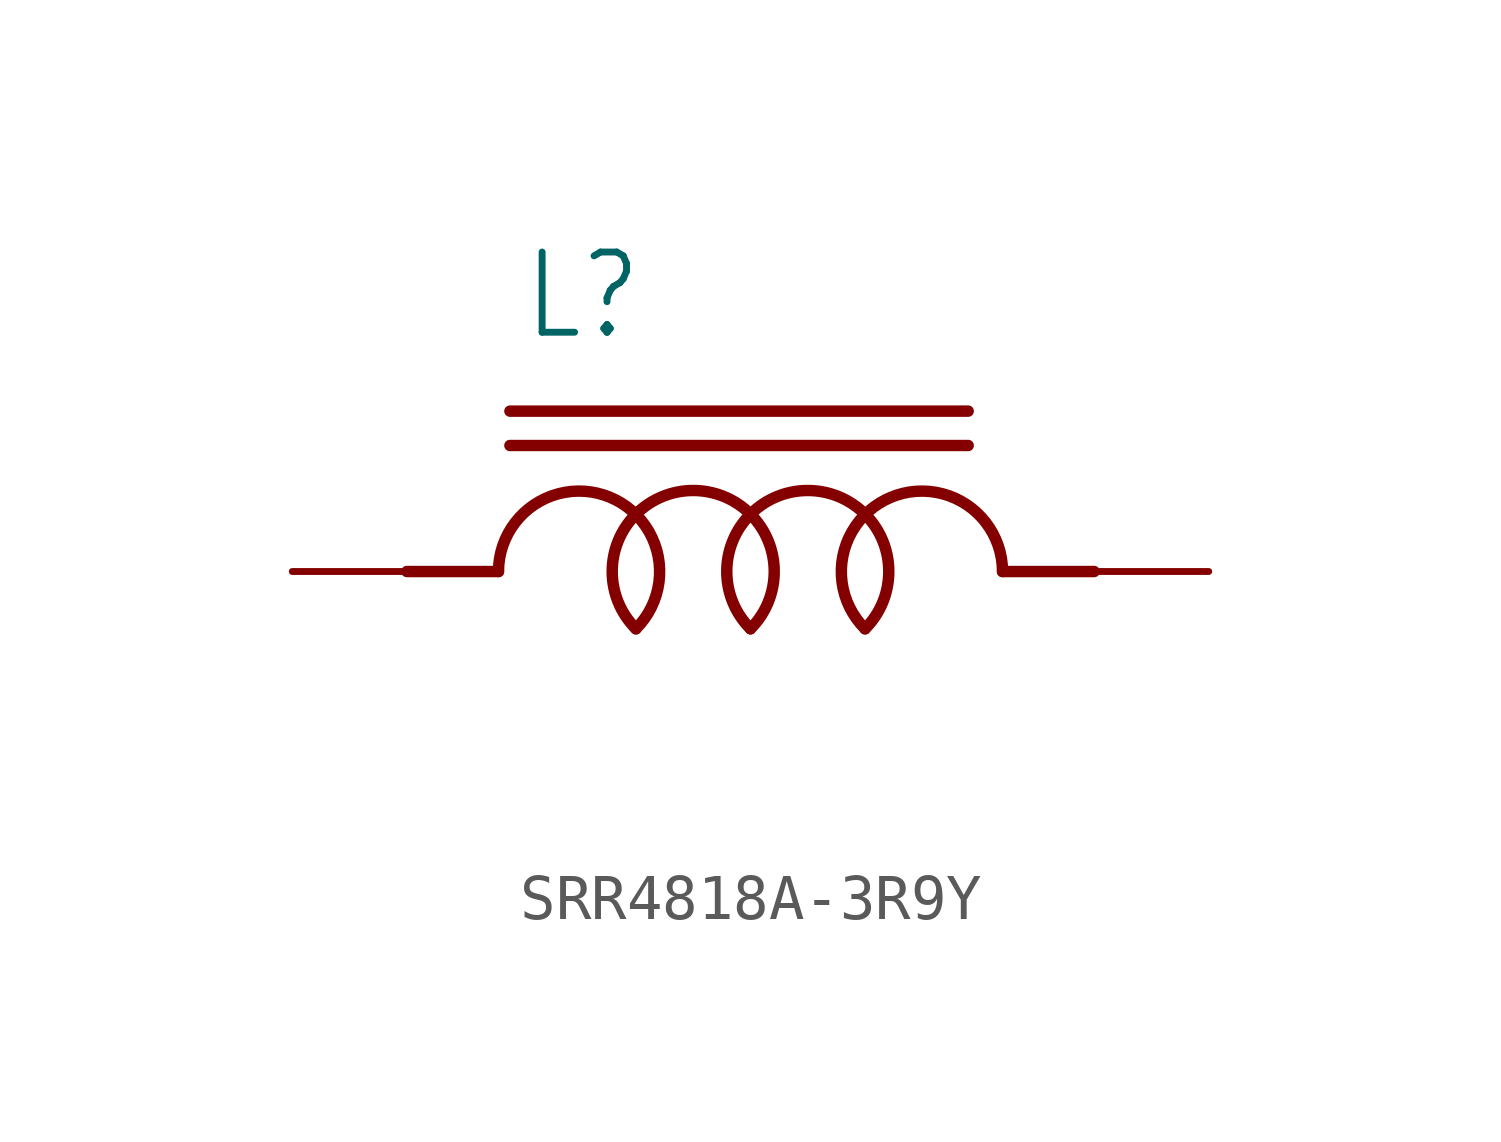
<source format=kicad_sym>
(kicad_symbol_lib
  (version 20231120)
  (generator "kicad_symbol_editor")
  (generator_version "8.0")
  (symbol "SRR4818A-3R9Y"
    (property "Reference" "L"
      (at -5.08 5.08 0)
      (effects (font (size 1.778 1.511)) (justify left bottom)))
    (property "Value" ""
      (at -5.08 -5.08 0)
      (effects (font (size 1.778 1.511)) (justify left bottom)))
    (property "ki_locked" ""
      (at 0 0 0)
      (effects (font (size 1.27 1.27))))
    (symbol "SRR4818A-3R9Y_1_0"
      (arc (start -2.54 -1.27) (mid -3.1135 1.6458) (end -5.5879 0.0001) (stroke (width 0.254) (type solid)) (fill (type none)))
      (arc (start 0 -1.27) (mid -1.27 1.7961) (end -2.54 -1.27) (stroke (width 0.254) (type solid)) (fill (type none)))
      (polyline (pts (xy -5.588 0) (xy -7.62 0)) (stroke (width 0.254) (type solid)) (fill (type none)))
      (polyline (pts (xy -5.334 2.794) (xy 4.826 2.794)) (stroke (width 0.254) (type solid)) (fill (type none)))
      (polyline (pts (xy -5.334 3.556) (xy 4.826 3.556)) (stroke (width 0.254) (type solid)) (fill (type none)))
      (polyline (pts (xy 5.588 0) (xy 7.62 0)) (stroke (width 0.254) (type solid)) (fill (type none)))
      (arc (start 2.54 -1.27) (mid 1.27 1.7961) (end 0 -1.27) (stroke (width 0.254) (type solid)) (fill (type none)))
      (arc (start 5.5879 0.0001) (mid 3.1135 1.6458) (end 2.54 -1.27) (stroke (width 0.254) (type solid)) (fill (type none)))
      (pin passive line (at -10.16 0 0) (length 2.54) (name "1" (effects (font (size 0 0)))) (number "1" (effects (font (size 0 0)))))
      (pin passive line (at 10.16 0 180) (length 2.54) (name "2" (effects (font (size 0 0)))) (number "2" (effects (font (size 0 0))))))))
</source>
